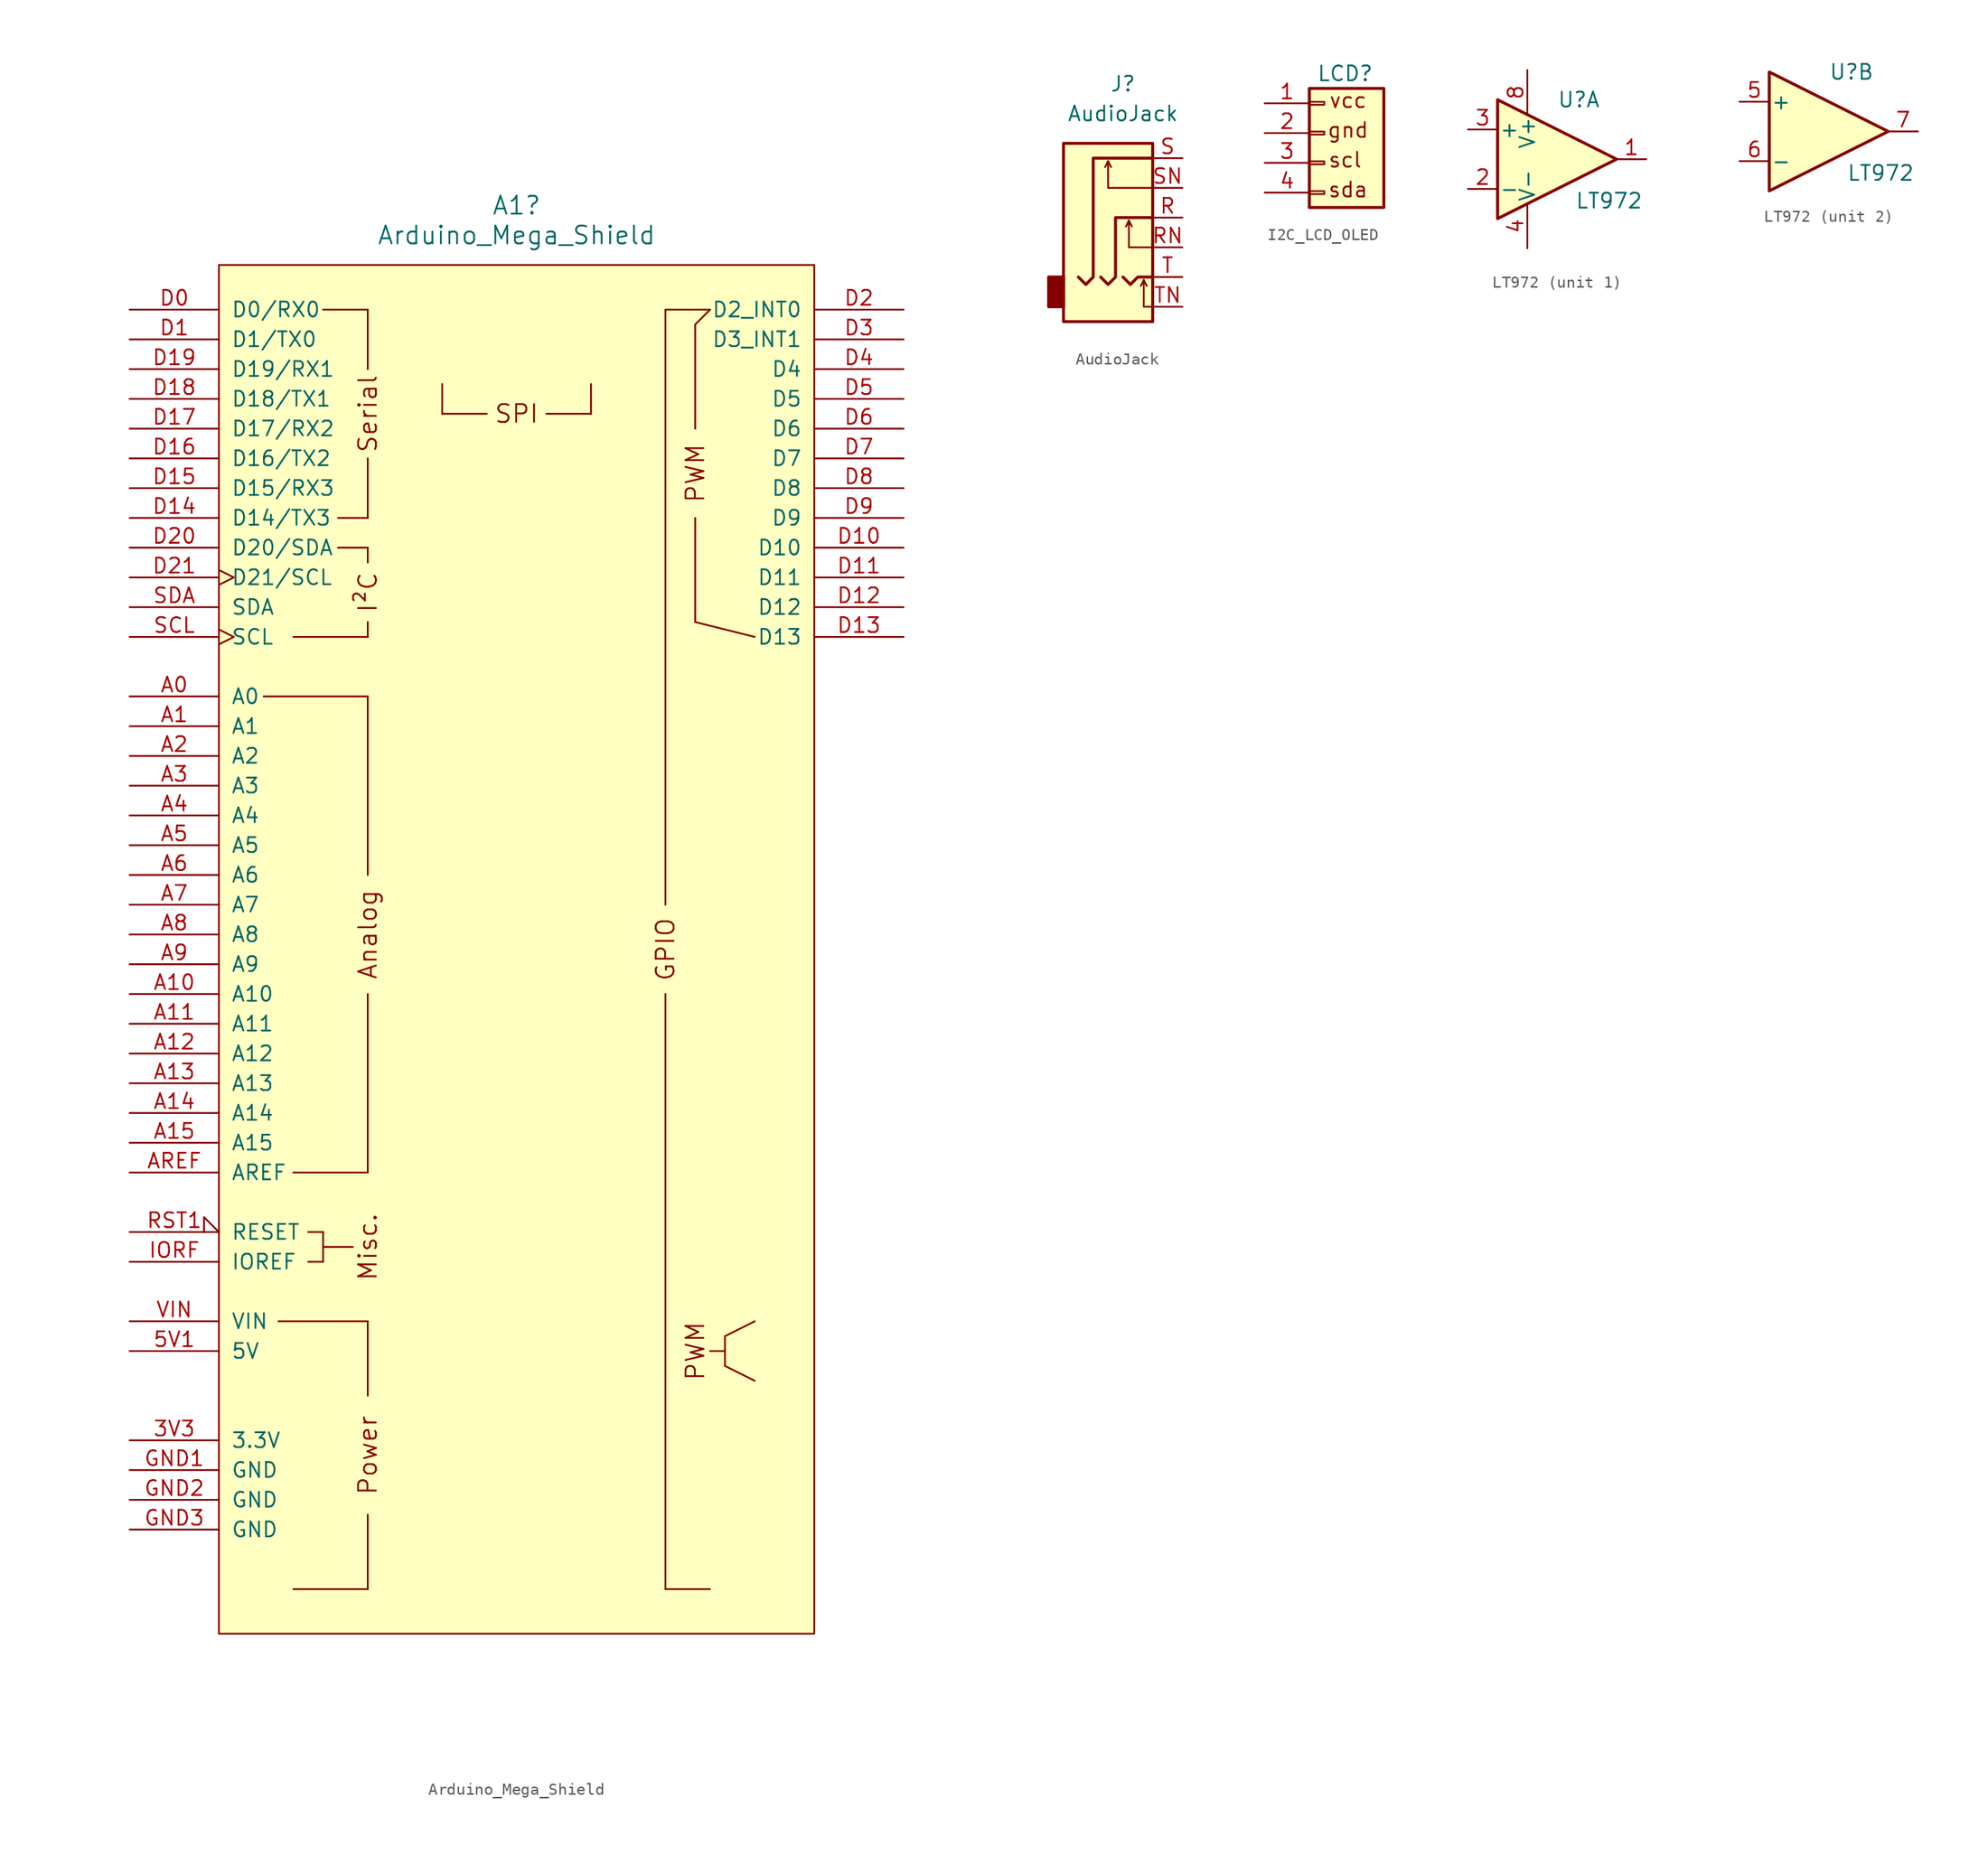
<source format=kicad_sym>
(kicad_symbol_lib
  (version 20231120)
  (generator "kicad_symbol_editor")
  (generator_version "8.0")
  (symbol "Arduino_Mega_Shield"
    (pin_names
      (offset 1.016))
    (property "Reference" "A1"
      (at 0 63.5 0)
      (effects (font (size 1.524 1.524))))
    (property "Value" "Arduino_Mega_Shield"
      (at 0 60.96 0)
      (effects (font (size 1.524 1.524))))
    (symbol "Arduino_Mega_Shield_0_0"
      (rectangle (start -25.4 58.42) (end 25.4 -58.42) (stroke (width 0) (type default)) (fill (type background)))
      (rectangle (start -20.32 -31.75) (end -12.7 -31.75) (stroke (width 0) (type default)) (fill (type none)))
      (rectangle (start -19.05 -54.61) (end -12.7 -54.61) (stroke (width 0) (type default)) (fill (type none)))
      (rectangle (start -19.05 -19.05) (end -12.7 -19.05) (stroke (width 0) (type default)) (fill (type none)))
      (rectangle (start -19.05 26.67) (end -12.7 26.67) (stroke (width 0) (type default)) (fill (type none)))
      (rectangle (start -17.78 -26.67) (end -16.51 -26.67) (stroke (width 0) (type default)) (fill (type none)))
      (rectangle (start -17.78 -24.13) (end -16.51 -24.13) (stroke (width 0) (type default)) (fill (type none)))
      (rectangle (start -16.51 -25.4) (end -13.97 -25.4) (stroke (width 0) (type default)) (fill (type none)))
      (rectangle (start -16.51 -24.13) (end -16.51 -26.67) (stroke (width 0) (type default)) (fill (type none)))
      (rectangle (start -16.51 54.61) (end -12.7 54.61) (stroke (width 0) (type default)) (fill (type none)))
      (rectangle (start -15.24 34.29) (end -12.7 34.29) (stroke (width 0) (type default)) (fill (type none)))
      (rectangle (start -15.24 36.83) (end -12.7 36.83) (stroke (width 0) (type default)) (fill (type none)))
      (rectangle (start -12.7 -54.61) (end -12.7 -48.26) (stroke (width 0) (type default)) (fill (type none)))
      (rectangle (start -12.7 -31.75) (end -12.7 -38.1) (stroke (width 0) (type default)) (fill (type none)))
      (rectangle (start -12.7 26.67) (end -12.7 27.94) (stroke (width 0) (type default)) (fill (type none)))
      (rectangle (start -12.7 34.29) (end -12.7 33.02) (stroke (width 0) (type default)) (fill (type none)))
      (rectangle (start -12.7 41.91) (end -12.7 36.83) (stroke (width 0) (type default)) (fill (type none)))
      (rectangle (start -12.7 49.53) (end -12.7 54.61) (stroke (width 0) (type default)) (fill (type none)))
      (rectangle (start -6.35 48.26) (end -6.35 45.72) (stroke (width 0) (type default)) (fill (type none)))
      (rectangle (start -2.54 45.72) (end -6.35 45.72) (stroke (width 0) (type default)) (fill (type none)))
      (polyline (pts (xy -21.59 21.59) (xy -12.7 21.59)) (stroke (width 0) (type default)) (fill (type none)))
      (polyline (pts (xy -12.7 -19.05) (xy -12.7 -3.81)) (stroke (width 0) (type default)) (fill (type none)))
      (polyline (pts (xy -12.7 6.35) (xy -12.7 21.59)) (stroke (width 0) (type default)) (fill (type none)))
      (polyline (pts (xy 12.7 -54.61) (xy 16.51 -54.61)) (stroke (width 0) (type default)) (fill (type none)))
      (polyline (pts (xy 12.7 54.61) (xy 16.51 54.61)) (stroke (width 0) (type default)) (fill (type none)))
      (polyline (pts (xy 17.78 -34.29) (xy 16.51 -34.29)) (stroke (width 0) (type default)) (fill (type none)))
      (polyline (pts (xy 15.24 36.83) (xy 15.24 27.94) (xy 20.32 26.67)) (stroke (width 0) (type default)) (fill (type none)))
      (polyline (pts (xy 15.24 44.45) (xy 15.24 53.34) (xy 16.51 54.61)) (stroke (width 0) (type default)) (fill (type none)))
      (polyline (pts (xy 20.32 -31.75) (xy 17.78 -33.02) (xy 17.78 -35.56) (xy 20.32 -36.83)) (stroke (width 0) (type default)) (fill (type none)))
      (rectangle (start 6.35 45.72) (end 2.54 45.72) (stroke (width 0) (type default)) (fill (type none)))
      (rectangle (start 6.35 48.26) (end 6.35 45.72) (stroke (width 0) (type default)) (fill (type none)))
      (text "Analog" (at -12.7 1.27 900) (effects (font (size 1.524 1.524))))
      (text "I²C" (at -12.7 30.48 900) (effects (font (size 1.524 1.524))))
      (text "Misc." (at -12.7 -25.4 900) (effects (font (size 1.524 1.524))))
      (text "Power" (at -12.7 -43.18 900) (effects (font (size 1.524 1.524))))
      (text "PWM" (at 15.24 -34.29 900) (effects (font (size 1.524 1.524))))
      (text "PWM" (at 15.24 40.64 900) (effects (font (size 1.524 1.524))))
      (text "Serial" (at -12.7 45.72 900) (effects (font (size 1.524 1.524))))
      (text "SPI" (at 0 45.72 0) (effects (font (size 1.524 1.524)))))
    (symbol "Arduino_Mega_Shield_1_0"
      (rectangle (start 12.7 -54.61) (end 12.7 -3.81) (stroke (width 0) (type default)) (fill (type none)))
      (rectangle (start 12.7 54.61) (end 12.7 3.81) (stroke (width 0) (type default)) (fill (type none)))
      (text "GPIO" (at 12.7 0 900) (effects (font (size 1.524 1.524)))))
    (symbol "Arduino_Mega_Shield_1_1"
      (pin power_out line (at -33.02 -41.91 0) (length 7.62) (name "3.3V" (effects (font (size 1.27 1.27)))) (number "3V3" (effects (font (size 1.27 1.27)))))
      (pin power_out line (at -33.02 -34.29 0) (length 7.62) (name "5V" (effects (font (size 1.27 1.27)))) (number "5V1" (effects (font (size 1.27 1.27)))))
      (pin bidirectional line (at -33.02 21.59 0) (length 7.62) (name "A0" (effects (font (size 1.27 1.27)))) (number "A0" (effects (font (size 1.27 1.27)))))
      (pin bidirectional line (at -33.02 19.05 0) (length 7.62) (name "A1" (effects (font (size 1.27 1.27)))) (number "A1" (effects (font (size 1.27 1.27)))))
      (pin bidirectional line (at -33.02 -3.81 0) (length 7.62) (name "A10" (effects (font (size 1.27 1.27)))) (number "A10" (effects (font (size 1.27 1.27)))))
      (pin bidirectional line (at -33.02 -6.35 0) (length 7.62) (name "A11" (effects (font (size 1.27 1.27)))) (number "A11" (effects (font (size 1.27 1.27)))))
      (pin bidirectional line (at -33.02 -8.89 0) (length 7.62) (name "A12" (effects (font (size 1.27 1.27)))) (number "A12" (effects (font (size 1.27 1.27)))))
      (pin bidirectional line (at -33.02 -11.43 0) (length 7.62) (name "A13" (effects (font (size 1.27 1.27)))) (number "A13" (effects (font (size 1.27 1.27)))))
      (pin bidirectional line (at -33.02 -13.97 0) (length 7.62) (name "A14" (effects (font (size 1.27 1.27)))) (number "A14" (effects (font (size 1.27 1.27)))))
      (pin bidirectional line (at -33.02 -16.51 0) (length 7.62) (name "A15" (effects (font (size 1.27 1.27)))) (number "A15" (effects (font (size 1.27 1.27)))))
      (pin bidirectional line (at -33.02 16.51 0) (length 7.62) (name "A2" (effects (font (size 1.27 1.27)))) (number "A2" (effects (font (size 1.27 1.27)))))
      (pin bidirectional line (at -33.02 13.97 0) (length 7.62) (name "A3" (effects (font (size 1.27 1.27)))) (number "A3" (effects (font (size 1.27 1.27)))))
      (pin bidirectional line (at -33.02 11.43 0) (length 7.62) (name "A4" (effects (font (size 1.27 1.27)))) (number "A4" (effects (font (size 1.27 1.27)))))
      (pin bidirectional line (at -33.02 8.89 0) (length 7.62) (name "A5" (effects (font (size 1.27 1.27)))) (number "A5" (effects (font (size 1.27 1.27)))))
      (pin bidirectional line (at -33.02 6.35 0) (length 7.62) (name "A6" (effects (font (size 1.27 1.27)))) (number "A6" (effects (font (size 1.27 1.27)))))
      (pin bidirectional line (at -33.02 3.81 0) (length 7.62) (name "A7" (effects (font (size 1.27 1.27)))) (number "A7" (effects (font (size 1.27 1.27)))))
      (pin bidirectional line (at -33.02 1.27 0) (length 7.62) (name "A8" (effects (font (size 1.27 1.27)))) (number "A8" (effects (font (size 1.27 1.27)))))
      (pin bidirectional line (at -33.02 -1.27 0) (length 7.62) (name "A9" (effects (font (size 1.27 1.27)))) (number "A9" (effects (font (size 1.27 1.27)))))
      (pin input line (at -33.02 -19.05 0) (length 7.62) (name "AREF" (effects (font (size 1.27 1.27)))) (number "AREF" (effects (font (size 1.27 1.27)))))
      (pin bidirectional line (at -33.02 54.61 0) (length 7.62) (name "D0/RX0" (effects (font (size 1.27 1.27)))) (number "D0" (effects (font (size 1.27 1.27)))))
      (pin bidirectional line (at -33.02 52.07 0) (length 7.62) (name "D1/TX0" (effects (font (size 1.27 1.27)))) (number "D1" (effects (font (size 1.27 1.27)))))
      (pin bidirectional line (at 33.02 34.29 180) (length 7.62) (name "D10" (effects (font (size 1.27 1.27)))) (number "D10" (effects (font (size 1.27 1.27)))))
      (pin bidirectional line (at 33.02 31.75 180) (length 7.62) (name "D11" (effects (font (size 1.27 1.27)))) (number "D11" (effects (font (size 1.27 1.27)))))
      (pin bidirectional line (at 33.02 29.21 180) (length 7.62) (name "D12" (effects (font (size 1.27 1.27)))) (number "D12" (effects (font (size 1.27 1.27)))))
      (pin bidirectional line (at 33.02 26.67 180) (length 7.62) (name "D13" (effects (font (size 1.27 1.27)))) (number "D13" (effects (font (size 1.27 1.27)))))
      (pin bidirectional line (at -33.02 36.83 0) (length 7.62) (name "D14/TX3" (effects (font (size 1.27 1.27)))) (number "D14" (effects (font (size 1.27 1.27)))))
      (pin bidirectional line (at -33.02 39.37 0) (length 7.62) (name "D15/RX3" (effects (font (size 1.27 1.27)))) (number "D15" (effects (font (size 1.27 1.27)))))
      (pin bidirectional line (at -33.02 41.91 0) (length 7.62) (name "D16/TX2" (effects (font (size 1.27 1.27)))) (number "D16" (effects (font (size 1.27 1.27)))))
      (pin bidirectional line (at -33.02 44.45 0) (length 7.62) (name "D17/RX2" (effects (font (size 1.27 1.27)))) (number "D17" (effects (font (size 1.27 1.27)))))
      (pin bidirectional line (at -33.02 46.99 0) (length 7.62) (name "D18/TX1" (effects (font (size 1.27 1.27)))) (number "D18" (effects (font (size 1.27 1.27)))))
      (pin bidirectional line (at -33.02 49.53 0) (length 7.62) (name "D19/RX1" (effects (font (size 1.27 1.27)))) (number "D19" (effects (font (size 1.27 1.27)))))
      (pin bidirectional line (at 33.02 54.61 180) (length 7.62) (name "D2_INT0" (effects (font (size 1.27 1.27)))) (number "D2" (effects (font (size 1.27 1.27)))))
      (pin bidirectional line (at -33.02 34.29 0) (length 7.62) (name "D20/SDA" (effects (font (size 1.27 1.27)))) (number "D20" (effects (font (size 1.27 1.27)))))
      (pin bidirectional clock (at -33.02 31.75 0) (length 7.62) (name "D21/SCL" (effects (font (size 1.27 1.27)))) (number "D21" (effects (font (size 1.27 1.27)))))
      (pin bidirectional line (at 33.02 52.07 180) (length 7.62) (name "D3_INT1" (effects (font (size 1.27 1.27)))) (number "D3" (effects (font (size 1.27 1.27)))))
      (pin bidirectional line (at 33.02 49.53 180) (length 7.62) (name "D4" (effects (font (size 1.27 1.27)))) (number "D4" (effects (font (size 1.27 1.27)))))
      (pin bidirectional line (at 33.02 46.99 180) (length 7.62) (name "D5" (effects (font (size 1.27 1.27)))) (number "D5" (effects (font (size 1.27 1.27)))))
      (pin bidirectional line (at 33.02 44.45 180) (length 7.62) (name "D6" (effects (font (size 1.27 1.27)))) (number "D6" (effects (font (size 1.27 1.27)))))
      (pin bidirectional line (at 33.02 41.91 180) (length 7.62) (name "D7" (effects (font (size 1.27 1.27)))) (number "D7" (effects (font (size 1.27 1.27)))))
      (pin bidirectional line (at 33.02 39.37 180) (length 7.62) (name "D8" (effects (font (size 1.27 1.27)))) (number "D8" (effects (font (size 1.27 1.27)))))
      (pin bidirectional line (at 33.02 36.83 180) (length 7.62) (name "D9" (effects (font (size 1.27 1.27)))) (number "D9" (effects (font (size 1.27 1.27)))))
      (pin power_in line (at -33.02 -44.45 0) (length 7.62) (name "GND" (effects (font (size 1.27 1.27)))) (number "GND1" (effects (font (size 1.27 1.27)))))
      (pin power_in line (at -33.02 -46.99 0) (length 7.62) (name "GND" (effects (font (size 1.27 1.27)))) (number "GND2" (effects (font (size 1.27 1.27)))))
      (pin power_in line (at -33.02 -49.53 0) (length 7.62) (name "GND" (effects (font (size 1.27 1.27)))) (number "GND3" (effects (font (size 1.27 1.27)))))
      (pin output line (at -33.02 -26.67 0) (length 7.62) (name "IOREF" (effects (font (size 1.27 1.27)))) (number "IORF" (effects (font (size 1.27 1.27)))))
      (pin open_collector input_low (at -33.02 -24.13 0) (length 7.62) (name "RESET" (effects (font (size 1.27 1.27)))) (number "RST1" (effects (font (size 1.27 1.27)))))
      (pin bidirectional clock (at -33.02 26.67 0) (length 7.62) (name "SCL" (effects (font (size 1.27 1.27)))) (number "SCL" (effects (font (size 1.27 1.27)))))
      (pin bidirectional line (at -33.02 29.21 0) (length 7.62) (name "SDA" (effects (font (size 1.27 1.27)))) (number "SDA" (effects (font (size 1.27 1.27)))))
      (pin power_in line (at -33.02 -31.75 0) (length 7.62) (name "VIN" (effects (font (size 1.27 1.27)))) (number "VIN" (effects (font (size 1.27 1.27)))))))
  (symbol "AudioJack"
    (property "Reference" "J"
      (at 0 11.43 0)
      (effects (font (size 1.27 1.27))))
    (property "Value" "AudioJack"
      (at 0 8.89 0)
      (effects (font (size 1.27 1.27))))
    (symbol "AudioJack_0_1"
      (rectangle (start -5.08 -5.08) (end -6.35 -7.62) (stroke (width 0.254) (type default)) (fill (type outline)))
      (polyline (pts (xy -1.27 4.826) (xy -1.016 4.318)) (stroke (width 0) (type default)) (fill (type none)))
      (polyline (pts (xy 0.508 -0.254) (xy 0.762 -0.762)) (stroke (width 0) (type default)) (fill (type none)))
      (polyline (pts (xy 1.778 -5.334) (xy 2.032 -5.842)) (stroke (width 0) (type default)) (fill (type none)))
      (polyline (pts (xy 0 -5.08) (xy 0.635 -5.715) (xy 1.27 -5.08) (xy 2.54 -5.08)) (stroke (width 0.254) (type default)) (fill (type none)))
      (polyline (pts (xy 2.54 -7.62) (xy 1.778 -7.62) (xy 1.778 -5.334) (xy 1.524 -5.842)) (stroke (width 0) (type default)) (fill (type none)))
      (polyline (pts (xy 2.54 -2.54) (xy 0.508 -2.54) (xy 0.508 -0.254) (xy 0.254 -0.762)) (stroke (width 0) (type default)) (fill (type none)))
      (polyline (pts (xy 2.54 2.54) (xy -1.27 2.54) (xy -1.27 4.826) (xy -1.524 4.318)) (stroke (width 0) (type default)) (fill (type none)))
      (polyline (pts (xy -1.905 -5.08) (xy -1.27 -5.715) (xy -0.635 -5.08) (xy -0.635 0) (xy 2.54 0)) (stroke (width 0.254) (type default)) (fill (type none)))
      (polyline (pts (xy 2.54 5.08) (xy -2.54 5.08) (xy -2.54 -5.08) (xy -3.175 -5.715) (xy -3.81 -5.08)) (stroke (width 0.254) (type default)) (fill (type none)))
      (rectangle (start 2.54 6.35) (end -5.08 -8.89) (stroke (width 0.254) (type default)) (fill (type background))))
    (symbol "AudioJack_1_1"
      (pin passive line (at 5.08 0 180) (length 2.54) (name "~" (effects (font (size 1.27 1.27)))) (number "R" (effects (font (size 1.27 1.27)))))
      (pin passive line (at 5.08 -2.54 180) (length 2.54) (name "~" (effects (font (size 1.27 1.27)))) (number "RN" (effects (font (size 1.27 1.27)))))
      (pin passive line (at 5.08 5.08 180) (length 2.54) (name "~" (effects (font (size 1.27 1.27)))) (number "S" (effects (font (size 1.27 1.27)))))
      (pin passive line (at 5.08 2.54 180) (length 2.54) (name "~" (effects (font (size 1.27 1.27)))) (number "SN" (effects (font (size 1.27 1.27)))))
      (pin passive line (at 5.08 -5.08 180) (length 2.54) (name "~" (effects (font (size 1.27 1.27)))) (number "T" (effects (font (size 1.27 1.27)))))
      (pin passive line (at 5.08 -7.62 180) (length 2.54) (name "~" (effects (font (size 1.27 1.27)))) (number "TN" (effects (font (size 1.27 1.27)))))))
  (symbol "I2C_LCD_OLED"
    (pin_names
      (offset 1.016) hide)
    (property "Reference" "LCD"
      (at 1.778 5.08 0)
      (effects (font (size 1.27 1.27))))
    (symbol "I2C_LCD_OLED_1_1"
      (rectangle (start -1.27 -4.953) (end 0 -5.207) (stroke (width 0.152) (type default)) (fill (type none)))
      (rectangle (start -1.27 -2.413) (end 0 -2.667) (stroke (width 0.152) (type default)) (fill (type none)))
      (rectangle (start -1.27 0.127) (end 0 -0.127) (stroke (width 0.152) (type default)) (fill (type none)))
      (rectangle (start -1.27 2.667) (end 0 2.413) (stroke (width 0.152) (type default)) (fill (type none)))
      (rectangle (start -1.27 3.81) (end 5.08 -6.35) (stroke (width 0.254) (type default)) (fill (type background)))
      (text "gnd" (at 2.032 0.254 0) (effects (font (size 1.27 1.27))))
      (text "scl" (at 1.778 -2.286 0) (effects (font (size 1.27 1.27))))
      (text "sda" (at 2.032 -4.826 0) (effects (font (size 1.27 1.27))))
      (text "vcc" (at 2.032 2.794 0) (effects (font (size 1.27 1.27))))
      (pin passive line (at -5.08 2.54 0) (length 3.81) (name "1" (effects (font (size 1.27 1.27)))) (number "1" (effects (font (size 1.27 1.27)))))
      (pin passive line (at -5.08 0 0) (length 3.81) (name "Pin_2" (effects (font (size 1.27 1.27)))) (number "2" (effects (font (size 1.27 1.27)))))
      (pin passive line (at -5.08 -2.54 0) (length 3.81) (name "Pin_3" (effects (font (size 1.27 1.27)))) (number "3" (effects (font (size 1.27 1.27)))))
      (pin passive line (at -5.08 -5.08 0) (length 3.81) (name "Pin_4" (effects (font (size 1.27 1.27)))) (number "4" (effects (font (size 1.27 1.27)))))))
  (symbol "LT972"
    (pin_names
      (offset 0.127))
    (property "Reference" "U"
      (at 0 5.08 0)
      (effects (font (size 1.27 1.27)) (justify left)))
    (property "Value" "LT972"
      (at 1.524 -3.556 0)
      (effects (font (size 1.27 1.27)) (justify left)))
    (property "ki_locked" ""
      (at 0 0 0)
      (effects (font (size 1.27 1.27))))
    (symbol "LT972_1_1"
      (polyline (pts (xy -5.08 5.08) (xy 5.08 0) (xy -5.08 -5.08) (xy -5.08 5.08)) (stroke (width 0.254) (type default)) (fill (type background)))
      (pin output line (at 7.62 0 180) (length 2.54) (name "~" (effects (font (size 1.27 1.27)))) (number "1" (effects (font (size 1.27 1.27)))))
      (pin input line (at -7.62 -2.54 0) (length 2.54) (name "-" (effects (font (size 1.27 1.27)))) (number "2" (effects (font (size 1.27 1.27)))))
      (pin input line (at -7.62 2.54 0) (length 2.54) (name "+" (effects (font (size 1.27 1.27)))) (number "3" (effects (font (size 1.27 1.27)))))
      (pin power_in line (at -2.54 -7.62 90) (length 3.81) (name "V-" (effects (font (size 1.27 1.27)))) (number "4" (effects (font (size 1.27 1.27)))))
      (pin power_in line (at -2.54 7.62 270) (length 3.81) (name "V+" (effects (font (size 1.27 1.27)))) (number "8" (effects (font (size 1.27 1.27))))))
    (symbol "LT972_2_1"
      (polyline (pts (xy -5.08 5.08) (xy 5.08 0) (xy -5.08 -5.08) (xy -5.08 5.08)) (stroke (width 0.254) (type default)) (fill (type background)))
      (pin input line (at -7.62 2.54 0) (length 2.54) (name "+" (effects (font (size 1.27 1.27)))) (number "5" (effects (font (size 1.27 1.27)))))
      (pin input line (at -7.62 -2.54 0) (length 2.54) (name "-" (effects (font (size 1.27 1.27)))) (number "6" (effects (font (size 1.27 1.27)))))
      (pin output line (at 7.62 0 180) (length 2.54) (name "~" (effects (font (size 1.27 1.27)))) (number "7" (effects (font (size 1.27 1.27))))))))
</source>
